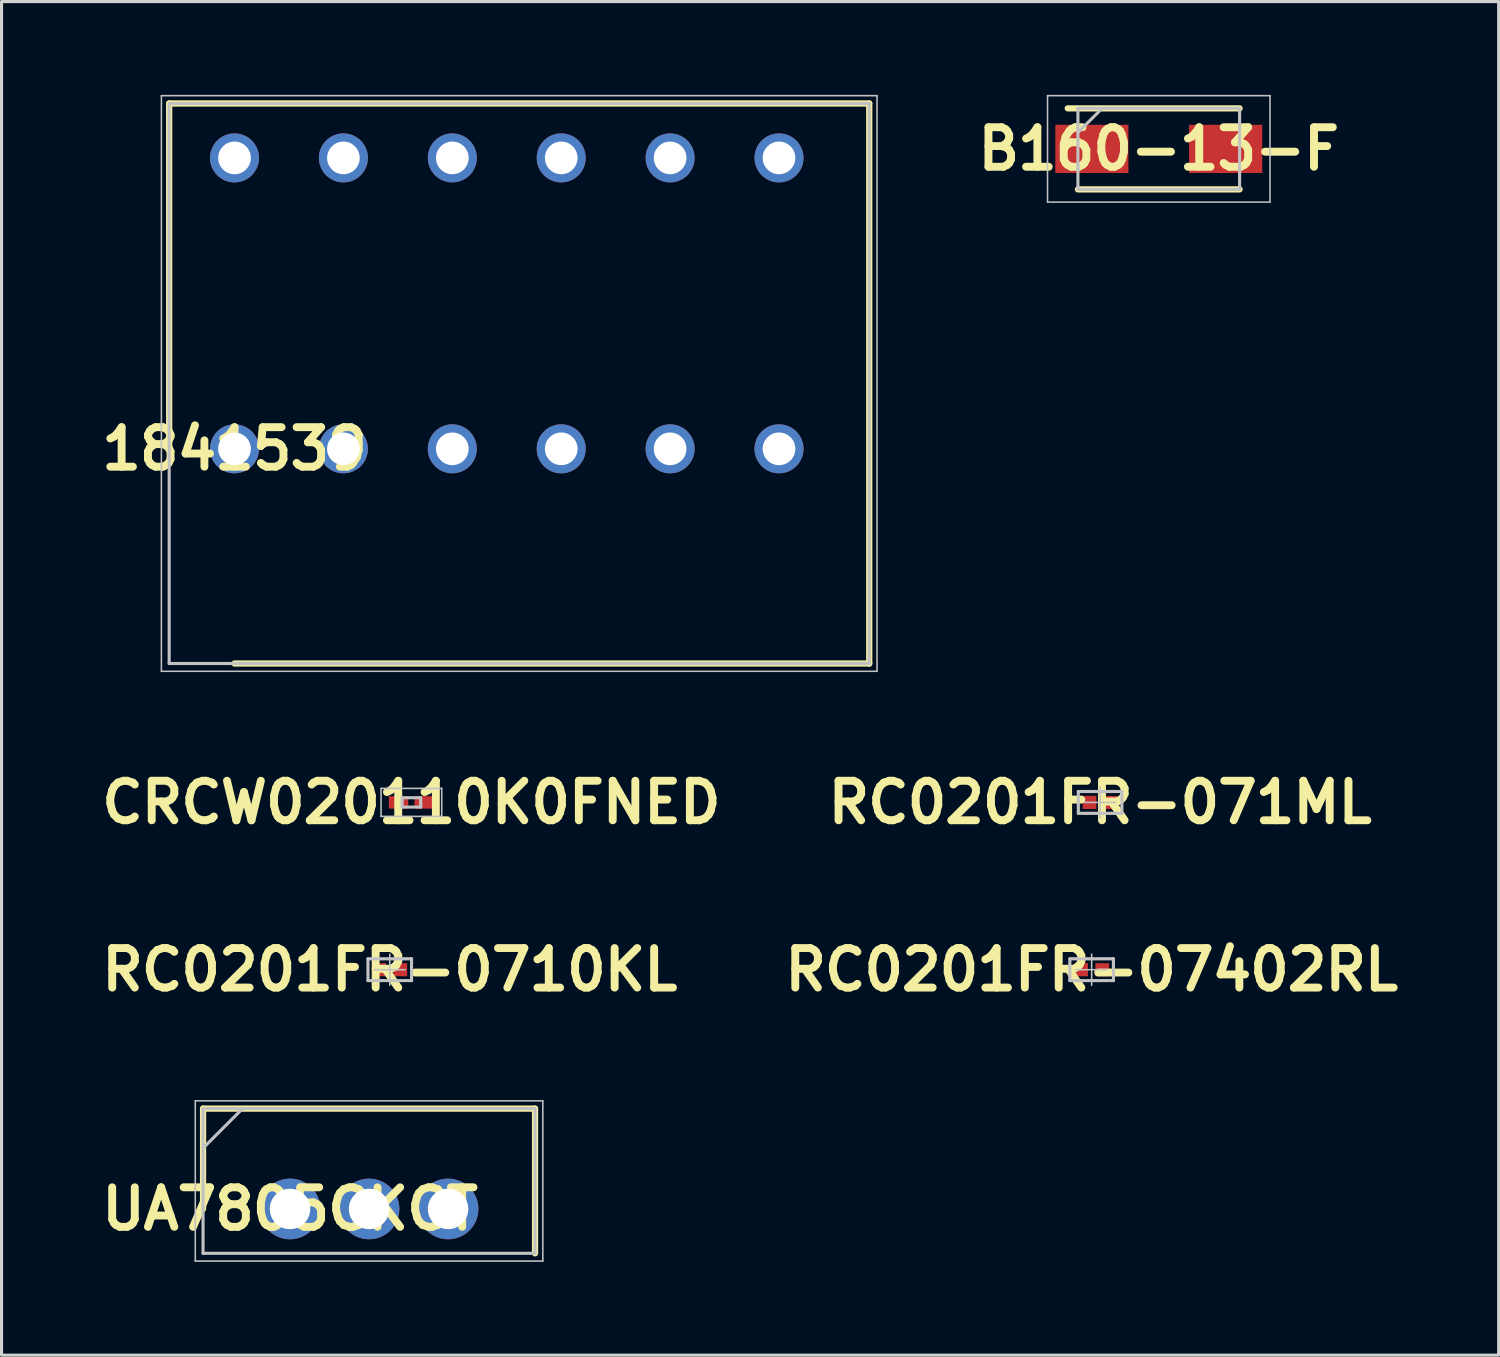
<source format=kicad_pcb>
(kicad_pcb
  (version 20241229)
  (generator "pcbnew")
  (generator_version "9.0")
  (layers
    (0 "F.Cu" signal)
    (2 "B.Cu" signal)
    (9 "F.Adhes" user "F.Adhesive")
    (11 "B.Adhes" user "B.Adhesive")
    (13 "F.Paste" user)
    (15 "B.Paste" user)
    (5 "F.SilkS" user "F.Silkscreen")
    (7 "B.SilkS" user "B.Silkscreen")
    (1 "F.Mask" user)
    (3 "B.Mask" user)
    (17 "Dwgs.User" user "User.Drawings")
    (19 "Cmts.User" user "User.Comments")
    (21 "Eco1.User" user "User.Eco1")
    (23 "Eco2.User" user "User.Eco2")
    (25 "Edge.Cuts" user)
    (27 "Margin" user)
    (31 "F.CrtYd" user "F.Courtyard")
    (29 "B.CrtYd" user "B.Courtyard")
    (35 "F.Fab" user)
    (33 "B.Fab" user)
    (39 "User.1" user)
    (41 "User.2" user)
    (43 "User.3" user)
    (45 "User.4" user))
  (footprint "B160-13-F"
    (layer "F.Cu")
    (at 34.192 1.735)
    (property "Reference" "B160-13-F" (at 0 0 0) (layer "F.SilkS") (effects (font (size 1.27 1.27) (thickness 0.254))))
    (attr smd)
    (fp_poly (pts (xy 0.953 -0.826) (xy 0.953 0.826) (xy 3.365 0.826) (xy 3.365 -0.826)) (stroke (width 0.15) (type solid)) (fill yes) (layer "F.Mask"))
    (fp_poly (pts (xy -3.365 -0.762) (xy -3.365 0.826) (xy -0.953 0.826) (xy -0.953 -0.762) (xy -0.953 -0.826) (xy -3.365 -0.826)) (stroke (width 0.15) (type solid)) (fill yes) (layer "F.Mask"))
    (fp_line (start -2.598 1.302) (end 2.598 1.302) (stroke (width 0.2) (type solid)) (layer "F.SilkS"))
    (fp_line (start 2.598 -1.302) (end -2.925 -1.302) (stroke (width 0.2) (type solid)) (layer "F.SilkS"))
    (fp_line (start -3.575 -1.71) (end 3.575 -1.71) (stroke (width 0.05) (type solid)) (layer "Dwgs.User"))
    (fp_line (start -3.575 1.71) (end -3.575 -1.71) (stroke (width 0.05) (type solid)) (layer "Dwgs.User"))
    (fp_line (start -2.598 -1.302) (end 2.598 -1.302) (stroke (width 0.1) (type solid)) (layer "Dwgs.User"))
    (fp_line (start -2.598 -0.528) (end -1.822 -1.302) (stroke (width 0.1) (type solid)) (layer "Dwgs.User"))
    (fp_line (start -2.598 1.302) (end -2.598 -1.302) (stroke (width 0.1) (type solid)) (layer "Dwgs.User"))
    (fp_line (start 2.598 -1.302) (end 2.598 1.302) (stroke (width 0.1) (type solid)) (layer "Dwgs.User"))
    (fp_line (start 2.598 1.302) (end -2.598 1.302) (stroke (width 0.1) (type solid)) (layer "Dwgs.User"))
    (fp_line (start 3.575 -1.71) (end 3.575 1.71) (stroke (width 0.05) (type solid)) (layer "Dwgs.User"))
    (fp_line (start 3.575 1.71) (end -3.575 1.71) (stroke (width 0.05) (type solid)) (layer "Dwgs.User"))
    (pad "1" smd rect (at -2.15 0 90) (size 1.55 2.35) (layers "F.Cu" "F.Paste"))
    (pad "2" smd rect (at 2.15 0 90) (size 1.55 2.35) (layers "F.Cu" "F.Paste")))
  (footprint "UA7805CKCT"
    (layer "F.Cu")
    (at 6.271 35.805)
    (property "Reference" "UA7805CKCT" (at 0 0 0) (layer "F.SilkS") (effects (font (size 1.27 1.27) (thickness 0.254))))
    (attr through_hole)
    (fp_line (start -2.795 -3.225) (end -2.795 0) (stroke (width 0.2) (type solid)) (layer "F.SilkS"))
    (fp_line (start 7.875 -3.225) (end -2.795 -3.225) (stroke (width 0.2) (type solid)) (layer "F.SilkS"))
    (fp_line (start 7.875 1.425) (end 7.875 -3.225) (stroke (width 0.2) (type solid)) (layer "F.SilkS"))
    (fp_line (start -3.045 -3.475) (end 8.125 -3.475) (stroke (width 0.05) (type solid)) (layer "Dwgs.User"))
    (fp_line (start -3.045 1.675) (end -3.045 -3.475) (stroke (width 0.05) (type solid)) (layer "Dwgs.User"))
    (fp_line (start -2.795 -3.225) (end 7.875 -3.225) (stroke (width 0.1) (type solid)) (layer "Dwgs.User"))
    (fp_line (start -2.795 -1.955) (end -1.525 -3.225) (stroke (width 0.1) (type solid)) (layer "Dwgs.User"))
    (fp_line (start -2.795 1.425) (end -2.795 -3.225) (stroke (width 0.1) (type solid)) (layer "Dwgs.User"))
    (fp_line (start 7.875 -3.225) (end 7.875 1.425) (stroke (width 0.1) (type solid)) (layer "Dwgs.User"))
    (fp_line (start 7.875 1.425) (end -2.795 1.425) (stroke (width 0.1) (type solid)) (layer "Dwgs.User"))
    (fp_line (start 8.125 -3.475) (end 8.125 1.675) (stroke (width 0.05) (type solid)) (layer "Dwgs.User"))
    (fp_line (start 8.125 1.675) (end -3.045 1.675) (stroke (width 0.05) (type solid)) (layer "Dwgs.User"))
    (pad "1" thru_hole circle (at 0 0) (size 1.95 1.95) (drill 1.3) (layers "*.Cu" "*.Mask"))
    (pad "2" thru_hole circle (at 2.54 0) (size 1.95 1.95) (drill 1.3) (layers "*.Cu" "*.Mask"))
    (pad "3" thru_hole circle (at 5.08 0) (size 1.95 1.95) (drill 1.3) (layers "*.Cu" "*.Mask")))
  (footprint "CRCW020110K0FNED"
    (layer "F.Cu")
    (at 10.172 22.739)
    (property "Reference" "CRCW020110K0FNED" (at 0 0 0) (layer "F.SilkS") (effects (font (size 1.27 1.27) (thickness 0.254))))
    (attr smd)
    (fp_line (start -0.975 -0.45) (end 0.975 -0.45) (stroke (width 0.05) (type solid)) (layer "Dwgs.User"))
    (fp_line (start -0.975 0.45) (end -0.975 -0.45) (stroke (width 0.05) (type solid)) (layer "Dwgs.User"))
    (fp_line (start -0.3 -0.15) (end 0.3 -0.15) (stroke (width 0.1) (type solid)) (layer "Dwgs.User"))
    (fp_line (start -0.3 0.15) (end -0.3 -0.15) (stroke (width 0.1) (type solid)) (layer "Dwgs.User"))
    (fp_line (start 0.3 -0.15) (end 0.3 0.15) (stroke (width 0.1) (type solid)) (layer "Dwgs.User"))
    (fp_line (start 0.3 0.15) (end -0.3 0.15) (stroke (width 0.1) (type solid)) (layer "Dwgs.User"))
    (fp_line (start 0.975 -0.45) (end 0.975 0.45) (stroke (width 0.05) (type solid)) (layer "Dwgs.User"))
    (fp_line (start 0.975 0.45) (end -0.975 0.45) (stroke (width 0.05) (type solid)) (layer "Dwgs.User"))
    (pad "1" smd rect (at -0.412 0 90) (size 0.4 0.625) (layers "F.Cu" "F.Paste"))
    (pad "2" smd rect (at 0.412 0 90) (size 0.4 0.625) (layers "F.Cu" "F.Paste")))
  (footprint "RC0201FR-07402RL"
    (layer "F.Cu")
    (at 32.035 28.116)
    (property "Reference" "RC0201FR-07402RL" (at 0 0 0) (layer "F.SilkS") (effects (font (size 1.27 1.27) (thickness 0.254))))
    (attr smd)
    (fp_poly (pts (xy -0.559 -0.203) (xy -0.559 0.203) (xy -0.127 0.203) (xy -0.127 -0.203)) (stroke (width 0.15) (type solid)) (fill yes) (layer "F.Mask"))
    (fp_poly (pts (xy 0.127 -0.203) (xy 0.127 0.203) (xy 0.559 0.203) (xy 0.559 -0.203)) (stroke (width 0.15) (type solid)) (fill yes) (layer "F.Mask"))
    (fp_line (start -0.71 -0.36) (end -0.71 0.36) (stroke (width 0.05) (type solid)) (layer "Dwgs.User"))
    (fp_line (start -0.71 0.36) (end 0.71 0.36) (stroke (width 0.05) (type solid)) (layer "Dwgs.User"))
    (fp_line (start -0.7 -0.35) (end -0.7 0.35) (stroke (width 0.1) (type solid)) (layer "Dwgs.User"))
    (fp_line (start -0.7 0.35) (end 0.7 0.35) (stroke (width 0.1) (type solid)) (layer "Dwgs.User"))
    (fp_line (start -0.5 0) (end 0.5 0) (stroke (width 0.05) (type solid)) (layer "Dwgs.User"))
    (fp_line (start -0.315 -0.165) (end -0.315 0.165) (stroke (width 0.001) (type solid)) (layer "Dwgs.User"))
    (fp_line (start -0.315 0.165) (end 0.315 0.165) (stroke (width 0.001) (type solid)) (layer "Dwgs.User"))
    (fp_line (start 0 0.5) (end 0 -0.5) (stroke (width 0.05) (type solid)) (layer "Dwgs.User"))
    (fp_line (start 0.315 -0.165) (end -0.315 -0.165) (stroke (width 0.001) (type solid)) (layer "Dwgs.User"))
    (fp_line (start 0.315 0.165) (end 0.315 -0.165) (stroke (width 0.001) (type solid)) (layer "Dwgs.User"))
    (fp_line (start 0.7 -0.35) (end -0.7 -0.35) (stroke (width 0.1) (type solid)) (layer "Dwgs.User"))
    (fp_line (start 0.7 0.35) (end 0.7 -0.35) (stroke (width 0.1) (type solid)) (layer "Dwgs.User"))
    (fp_line (start 0.71 -0.36) (end -0.71 -0.36) (stroke (width 0.05) (type solid)) (layer "Dwgs.User"))
    (fp_line (start 0.71 0.36) (end 0.71 -0.36) (stroke (width 0.05) (type solid)) (layer "Dwgs.User"))
    (pad "1" smd rect (at -0.34 0 90) (size 0.42 0.44) (layers "F.Cu" "F.Paste"))
    (pad "2" smd rect (at 0.34 0 90) (size 0.42 0.44) (layers "F.Cu" "F.Paste")))
  (footprint "1841539"
    (layer "F.Cu")
    (at 4.487 11.375)
    (property "Reference" "1841539" (at 0 0 0) (layer "F.SilkS") (effects (font (size 1.27 1.27) (thickness 0.254))))
    (attr through_hole)
    (fp_line (start -2.1 -11.1) (end -2.1 0) (stroke (width 0.2) (type solid)) (layer "F.SilkS"))
    (fp_line (start 0 6.9) (end 20.4 6.9) (stroke (width 0.2) (type solid)) (layer "F.SilkS"))
    (fp_line (start 20.4 -11.1) (end -2.1 -11.1) (stroke (width 0.2) (type solid)) (layer "F.SilkS"))
    (fp_line (start 20.4 6.9) (end 20.4 -11.1) (stroke (width 0.2) (type solid)) (layer "F.SilkS"))
    (fp_line (start -2.35 -11.35) (end 20.65 -11.35) (stroke (width 0.05) (type solid)) (layer "Dwgs.User"))
    (fp_line (start -2.35 7.15) (end -2.35 -11.35) (stroke (width 0.05) (type solid)) (layer "Dwgs.User"))
    (fp_line (start -2.1 -11.1) (end 20.4 -11.1) (stroke (width 0.1) (type solid)) (layer "Dwgs.User"))
    (fp_line (start -2.1 6.9) (end -2.1 -11.1) (stroke (width 0.1) (type solid)) (layer "Dwgs.User"))
    (fp_line (start 20.4 -11.1) (end 20.4 6.9) (stroke (width 0.1) (type solid)) (layer "Dwgs.User"))
    (fp_line (start 20.4 6.9) (end -2.1 6.9) (stroke (width 0.1) (type solid)) (layer "Dwgs.User"))
    (fp_line (start 20.65 -11.35) (end 20.65 7.15) (stroke (width 0.05) (type solid)) (layer "Dwgs.User"))
    (fp_line (start 20.65 7.15) (end -2.35 7.15) (stroke (width 0.05) (type solid)) (layer "Dwgs.User"))
    (pad "1" thru_hole circle (at 0 0) (size 1.575 1.575) (drill 1.05) (layers "*.Cu" "*.Mask"))
    (pad "2" thru_hole circle (at 3.5 0) (size 1.575 1.575) (drill 1.05) (layers "*.Cu" "*.Mask"))
    (pad "3" thru_hole circle (at 7 0) (size 1.575 1.575) (drill 1.05) (layers "*.Cu" "*.Mask"))
    (pad "4" thru_hole circle (at 10.5 0) (size 1.575 1.575) (drill 1.05) (layers "*.Cu" "*.Mask"))
    (pad "5" thru_hole circle (at 14 0) (size 1.575 1.575) (drill 1.05) (layers "*.Cu" "*.Mask"))
    (pad "6" thru_hole circle (at 17.5 0) (size 1.575 1.575) (drill 1.05) (layers "*.Cu" "*.Mask"))
    (pad "7" thru_hole circle (at 0 -9.35) (size 1.575 1.575) (drill 1.05) (layers "*.Cu" "*.Mask"))
    (pad "8" thru_hole circle (at 3.5 -9.35) (size 1.575 1.575) (drill 1.05) (layers "*.Cu" "*.Mask"))
    (pad "9" thru_hole circle (at 7 -9.35) (size 1.575 1.575) (drill 1.05) (layers "*.Cu" "*.Mask"))
    (pad "10" thru_hole circle (at 10.5 -9.35) (size 1.575 1.575) (drill 1.05) (layers "*.Cu" "*.Mask"))
    (pad "11" thru_hole circle (at 14 -9.35) (size 1.575 1.575) (drill 1.05) (layers "*.Cu" "*.Mask"))
    (pad "12" thru_hole circle (at 17.5 -9.35) (size 1.575 1.575) (drill 1.05) (layers "*.Cu" "*.Mask")))
  (footprint "RC0201FR-0710KL"
    (layer "F.Cu")
    (at 9.477 28.116)
    (property "Reference" "RC0201FR-0710KL" (at 0 0 0) (layer "F.SilkS") (effects (font (size 1.27 1.27) (thickness 0.254))))
    (attr smd)
    (fp_poly (pts (xy -0.559 -0.203) (xy -0.559 0.203) (xy -0.127 0.203) (xy -0.127 -0.203)) (stroke (width 0.15) (type solid)) (fill yes) (layer "F.Mask"))
    (fp_poly (pts (xy 0.127 -0.203) (xy 0.127 0.203) (xy 0.533 0.203) (xy 0.559 0.203) (xy 0.559 -0.203)) (stroke (width 0.15) (type solid)) (fill yes) (layer "F.Mask"))
    (fp_line (start -0.71 -0.36) (end -0.71 0.36) (stroke (width 0.05) (type solid)) (layer "Dwgs.User"))
    (fp_line (start -0.71 0.36) (end 0.71 0.36) (stroke (width 0.05) (type solid)) (layer "Dwgs.User"))
    (fp_line (start -0.7 -0.35) (end -0.7 0.35) (stroke (width 0.1) (type solid)) (layer "Dwgs.User"))
    (fp_line (start -0.7 0.35) (end 0.7 0.35) (stroke (width 0.1) (type solid)) (layer "Dwgs.User"))
    (fp_line (start -0.5 0) (end 0.5 0) (stroke (width 0.05) (type solid)) (layer "Dwgs.User"))
    (fp_line (start -0.315 -0.165) (end -0.315 0.165) (stroke (width 0.001) (type solid)) (layer "Dwgs.User"))
    (fp_line (start -0.315 0.165) (end 0.315 0.165) (stroke (width 0.001) (type solid)) (layer "Dwgs.User"))
    (fp_line (start 0 0.5) (end 0 -0.5) (stroke (width 0.05) (type solid)) (layer "Dwgs.User"))
    (fp_line (start 0.315 -0.165) (end -0.315 -0.165) (stroke (width 0.001) (type solid)) (layer "Dwgs.User"))
    (fp_line (start 0.315 0.165) (end 0.315 -0.165) (stroke (width 0.001) (type solid)) (layer "Dwgs.User"))
    (fp_line (start 0.7 -0.35) (end -0.7 -0.35) (stroke (width 0.1) (type solid)) (layer "Dwgs.User"))
    (fp_line (start 0.7 0.35) (end 0.7 -0.35) (stroke (width 0.1) (type solid)) (layer "Dwgs.User"))
    (fp_line (start 0.71 -0.36) (end -0.71 -0.36) (stroke (width 0.05) (type solid)) (layer "Dwgs.User"))
    (fp_line (start 0.71 0.36) (end 0.71 -0.36) (stroke (width 0.05) (type solid)) (layer "Dwgs.User"))
    (pad "1" smd rect (at -0.34 0 90) (size 0.42 0.44) (layers "F.Cu" "F.Paste"))
    (pad "2" smd rect (at 0.34 0 90) (size 0.42 0.44) (layers "F.Cu" "F.Paste")))
  (footprint "RC0201FR-071ML"
    (layer "F.Cu")
    (at 32.307 22.739)
    (property "Reference" "RC0201FR-071ML" (at 0 0 0) (layer "F.SilkS") (effects (font (size 1.27 1.27) (thickness 0.254))))
    (attr smd)
    (fp_poly (pts (xy -0.559 -0.203) (xy -0.559 0.203) (xy -0.127 0.203) (xy -0.127 -0.203)) (stroke (width 0.15) (type solid)) (fill yes) (layer "F.Mask"))
    (fp_poly (pts (xy 0.127 -0.203) (xy 0.127 0.203) (xy 0.559 0.203) (xy 0.559 -0.203)) (stroke (width 0.15) (type solid)) (fill yes) (layer "F.Mask"))
    (fp_line (start -0.71 -0.36) (end -0.71 0.36) (stroke (width 0.05) (type solid)) (layer "Dwgs.User"))
    (fp_line (start -0.71 0.36) (end 0.71 0.36) (stroke (width 0.05) (type solid)) (layer "Dwgs.User"))
    (fp_line (start -0.7 -0.35) (end -0.7 0.35) (stroke (width 0.1) (type solid)) (layer "Dwgs.User"))
    (fp_line (start -0.7 0.35) (end 0.7 0.35) (stroke (width 0.1) (type solid)) (layer "Dwgs.User"))
    (fp_line (start -0.5 0) (end 0.5 0) (stroke (width 0.05) (type solid)) (layer "Dwgs.User"))
    (fp_line (start -0.315 -0.165) (end -0.315 0.165) (stroke (width 0.001) (type solid)) (layer "Dwgs.User"))
    (fp_line (start -0.315 0.165) (end 0.315 0.165) (stroke (width 0.001) (type solid)) (layer "Dwgs.User"))
    (fp_line (start 0 0.5) (end 0 -0.5) (stroke (width 0.05) (type solid)) (layer "Dwgs.User"))
    (fp_line (start 0.315 -0.165) (end -0.315 -0.165) (stroke (width 0.001) (type solid)) (layer "Dwgs.User"))
    (fp_line (start 0.315 0.165) (end 0.315 -0.165) (stroke (width 0.001) (type solid)) (layer "Dwgs.User"))
    (fp_line (start 0.7 -0.35) (end -0.7 -0.35) (stroke (width 0.1) (type solid)) (layer "Dwgs.User"))
    (fp_line (start 0.7 0.35) (end 0.7 -0.35) (stroke (width 0.1) (type solid)) (layer "Dwgs.User"))
    (fp_line (start 0.71 -0.36) (end -0.71 -0.36) (stroke (width 0.05) (type solid)) (layer "Dwgs.User"))
    (fp_line (start 0.71 0.36) (end 0.71 -0.36) (stroke (width 0.05) (type solid)) (layer "Dwgs.User"))
    (pad "1" smd rect (at -0.34 0 90) (size 0.42 0.44) (layers "F.Cu" "F.Paste"))
    (pad "2" smd rect (at 0.34 0 90) (size 0.42 0.44) (layers "F.Cu" "F.Paste")))
  (gr_rect
    (start -3 -3)
    (end 45.116 40.505)
    (stroke (width 0.1) (type default))
    (fill no)
    (layer "Edge.Cuts")))
</source>
